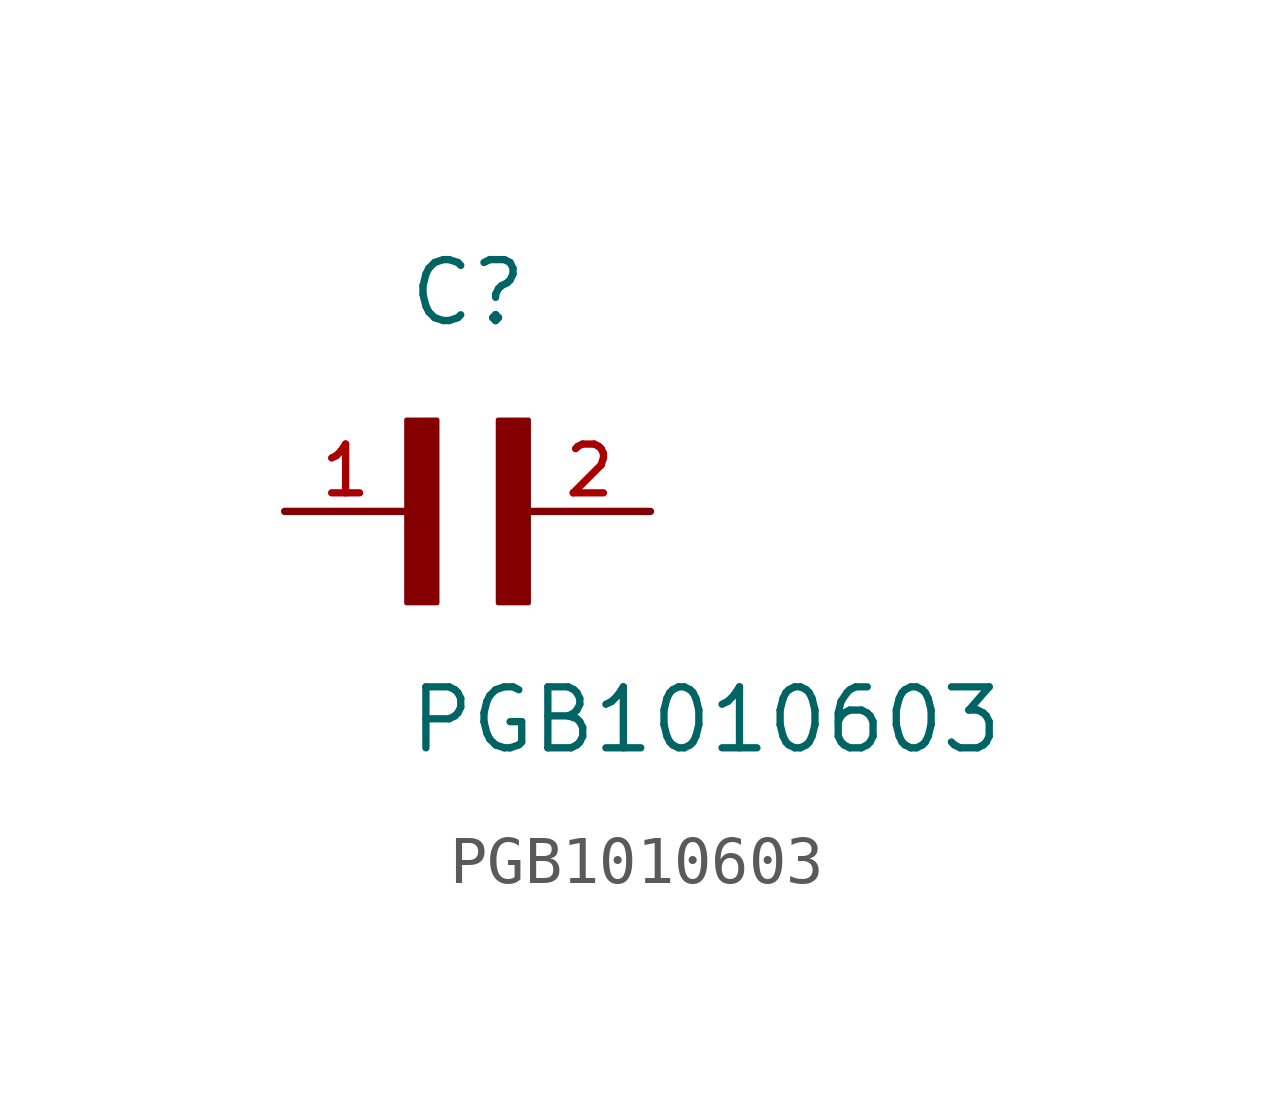
<source format=kicad_sym>
(kicad_symbol_lib
  (version 20211014)
  (generator kicad_symbol_editor)
  (symbol "PGB1010603"
    (pin_names
      (offset 1.016))
    (property "Reference" "C"
      (at 0.0 3.811 0)
      (effects (font (size 1.27 1.27)) (justify bottom left)))
    (property "Value" "PGB1010603"
      (at 0.0 -5.088 0)
      (effects (font (size 1.27 1.27)) (justify bottom left)))
    (symbol "PGB1010603_0_0"
      (rectangle (start 0.0 -1.907) (end 0.635 1.905) (stroke (width 0.1)) (fill (type outline)))
      (rectangle (start 1.907 -1.907) (end 2.54 1.905) (stroke (width 0.1)) (fill (type outline)))
      (pin passive line (at 5.08 0.0 180.0) (length 2.54) (name "~" (effects (font (size 1.016 1.016)))) (number "2" (effects (font (size 1.016 1.016)))))
      (pin passive line (at -2.54 0.0 0) (length 2.54) (name "~" (effects (font (size 1.016 1.016)))) (number "1" (effects (font (size 1.016 1.016))))))))
</source>
